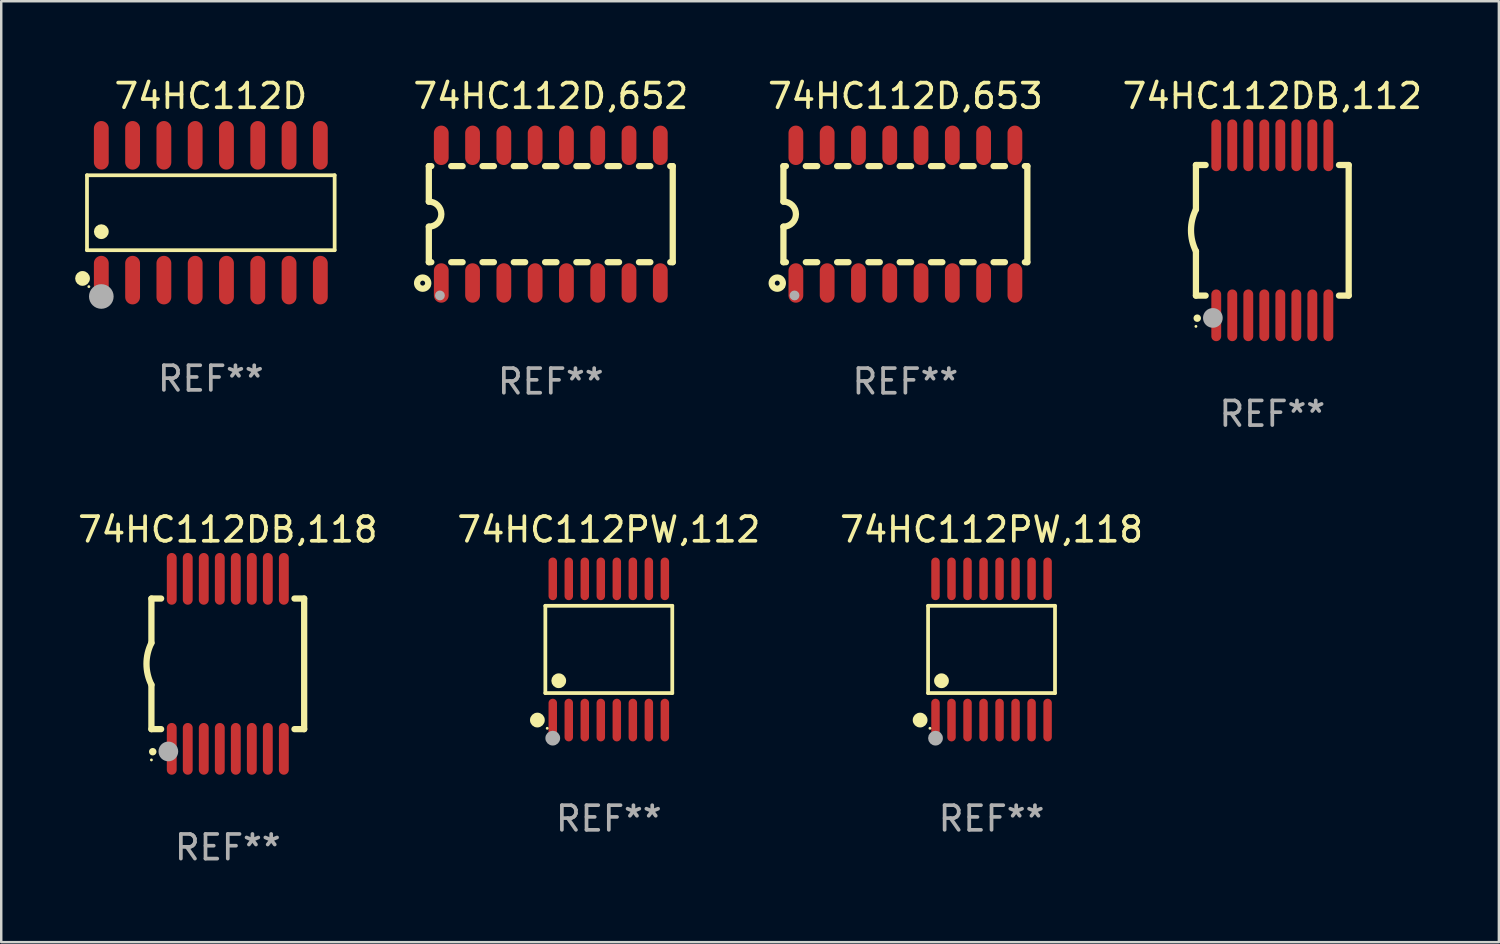
<source format=kicad_pcb>
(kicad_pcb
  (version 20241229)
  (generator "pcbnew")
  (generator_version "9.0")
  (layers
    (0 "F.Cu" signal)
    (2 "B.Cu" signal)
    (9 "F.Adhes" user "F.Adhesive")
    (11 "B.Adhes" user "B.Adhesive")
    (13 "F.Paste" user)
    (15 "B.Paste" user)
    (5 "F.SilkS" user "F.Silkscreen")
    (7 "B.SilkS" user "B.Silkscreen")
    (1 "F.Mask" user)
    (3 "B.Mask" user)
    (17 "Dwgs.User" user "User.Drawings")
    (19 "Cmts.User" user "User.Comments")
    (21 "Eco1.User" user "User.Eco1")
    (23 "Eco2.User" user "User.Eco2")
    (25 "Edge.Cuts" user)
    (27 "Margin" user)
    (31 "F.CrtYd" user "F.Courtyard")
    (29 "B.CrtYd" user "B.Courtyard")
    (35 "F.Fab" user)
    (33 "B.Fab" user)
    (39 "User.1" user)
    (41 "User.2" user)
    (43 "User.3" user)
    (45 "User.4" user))
  (footprint "74HC112PW,118"
    (layer "F.Cu")
    (at 37.196 23.311)
    (property "Reference" "74HC112PW,118" (at 0 -4.866 0) (layer "F.SilkS") (effects (font (size 1 1) (thickness 0.15))))
    (attr through_hole)
    (fp_line (start -2.576 -1.772) (end 2.576 -1.772) (stroke (width 0.152) (type solid)) (layer "F.SilkS"))
    (fp_line (start -2.576 1.771) (end -2.576 -1.772) (stroke (width 0.152) (type solid)) (layer "F.SilkS"))
    (fp_line (start 2.576 -1.772) (end 2.576 1.771) (stroke (width 0.152) (type solid)) (layer "F.SilkS"))
    (fp_line (start 2.576 1.771) (end -2.576 1.771) (stroke (width 0.152) (type solid)) (layer "F.SilkS"))
    (fp_circle (center -2.899 2.866) (end -2.749 2.866) (stroke (width 0.3) (type solid)) (fill no) (layer "F.SilkS"))
    (fp_circle (center -2.5 3.2) (end -2.47 3.2) (stroke (width 0.06) (type solid)) (fill no) (layer "F.SilkS"))
    (fp_circle (center -2.032 1.27) (end -1.882 1.27) (stroke (width 0.3) (type solid)) (fill no) (layer "F.SilkS"))
    (fp_circle (center -2.275 3.6) (end -2.125 3.6) (stroke (width 0.3) (type solid)) (fill no) (layer "F.Fab"))
    (fp_text user "REF**" (at 0 6.866 0) (layer "F.Fab") (effects (font (size 1 1) (thickness 0.15))))
    (pad "1" smd oval (at -2.275 2.866) (size 0.343 1.731) (layers "F.Cu" "F.Mask" "F.Paste"))
    (pad "2" smd oval (at -1.625 2.866) (size 0.343 1.731) (layers "F.Cu" "F.Mask" "F.Paste"))
    (pad "3" smd oval (at -0.975 2.866) (size 0.343 1.731) (layers "F.Cu" "F.Mask" "F.Paste"))
    (pad "4" smd oval (at -0.325 2.866) (size 0.343 1.731) (layers "F.Cu" "F.Mask" "F.Paste"))
    (pad "5" smd oval (at 0.325 2.866) (size 0.343 1.731) (layers "F.Cu" "F.Mask" "F.Paste"))
    (pad "6" smd oval (at 0.975 2.866) (size 0.343 1.731) (layers "F.Cu" "F.Mask" "F.Paste"))
    (pad "7" smd oval (at 1.625 2.866) (size 0.343 1.731) (layers "F.Cu" "F.Mask" "F.Paste"))
    (pad "8" smd oval (at 2.275 2.866) (size 0.343 1.731) (layers "F.Cu" "F.Mask" "F.Paste"))
    (pad "9" smd oval (at 2.275 -2.866) (size 0.343 1.731) (layers "F.Cu" "F.Mask" "F.Paste"))
    (pad "10" smd oval (at 1.625 -2.866) (size 0.343 1.731) (layers "F.Cu" "F.Mask" "F.Paste"))
    (pad "11" smd oval (at 0.975 -2.866) (size 0.343 1.731) (layers "F.Cu" "F.Mask" "F.Paste"))
    (pad "12" smd oval (at 0.325 -2.866) (size 0.343 1.731) (layers "F.Cu" "F.Mask" "F.Paste"))
    (pad "13" smd oval (at -0.325 -2.866) (size 0.343 1.731) (layers "F.Cu" "F.Mask" "F.Paste"))
    (pad "14" smd oval (at -0.975 -2.866) (size 0.343 1.731) (layers "F.Cu" "F.Mask" "F.Paste"))
    (pad "15" smd oval (at -1.625 -2.866) (size 0.343 1.731) (layers "F.Cu" "F.Mask" "F.Paste"))
    (pad "16" smd oval (at -2.275 -2.866) (size 0.343 1.731) (layers "F.Cu" "F.Mask" "F.Paste")))
  (footprint "74HC112DB,118"
    (layer "F.Cu")
    (at 6.196 23.895)
    (property "Reference" "74HC112DB,118" (at 0 -5.45 0) (layer "F.SilkS") (effects (font (size 1 1) (thickness 0.15))))
    (attr through_hole)
    (fp_line (start -3.1 -2.65) (end -3.1 -0.85) (stroke (width 0.254) (type solid)) (layer "F.SilkS"))
    (fp_line (start -3.1 -2.65) (end -2.706 -2.65) (stroke (width 0.254) (type solid)) (layer "F.SilkS"))
    (fp_line (start -3.1 2.65) (end -3.1 0.85) (stroke (width 0.254) (type solid)) (layer "F.SilkS"))
    (fp_line (start -3.1 2.65) (end -2.706 2.65) (stroke (width 0.254) (type solid)) (layer "F.SilkS"))
    (fp_line (start 2.706 -2.65) (end 3.1 -2.65) (stroke (width 0.254) (type solid)) (layer "F.SilkS"))
    (fp_line (start 2.706 2.65) (end 3.1 2.65) (stroke (width 0.254) (type solid)) (layer "F.SilkS"))
    (fp_line (start 3.1 -2.65) (end 3.1 2.65) (stroke (width 0.254) (type solid)) (layer "F.SilkS"))
    (fp_arc (start -3.098907 0.850902) (mid -3.300057 0.000523) (end -3.1 -0.850114) (stroke (width 0.254001) (type solid)) (layer "F.SilkS"))
    (fp_arc (start -3.048006 3.566066) (mid -3.046736 3.566061) (end -3.045466 3.566066) (stroke (width 0.3) (type solid)) (layer "F.SilkS"))
    (fp_circle (center -3.1 3.9) (end -3.07 3.9) (stroke (width 0.06) (type solid)) (fill no) (layer "F.SilkS"))
    (fp_circle (center -2.413 3.556) (end -2.213 3.556) (stroke (width 0.4) (type solid)) (fill no) (layer "F.Fab"))
    (fp_text user "REF**" (at 0 7.45 0) (layer "F.Fab") (effects (font (size 1 1) (thickness 0.15))))
    (pad "1" smd oval (at -2.275 3.45 180) (size 0.4 2.1) (layers "F.Cu" "F.Mask" "F.Paste"))
    (pad "2" smd oval (at -1.625 3.45 180) (size 0.4 2.1) (layers "F.Cu" "F.Mask" "F.Paste"))
    (pad "3" smd oval (at -0.975 3.45 180) (size 0.4 2.1) (layers "F.Cu" "F.Mask" "F.Paste"))
    (pad "4" smd oval (at -0.325 3.45 180) (size 0.4 2.1) (layers "F.Cu" "F.Mask" "F.Paste"))
    (pad "5" smd oval (at 0.325 3.45 180) (size 0.4 2.1) (layers "F.Cu" "F.Mask" "F.Paste"))
    (pad "6" smd oval (at 0.975 3.45 180) (size 0.4 2.1) (layers "F.Cu" "F.Mask" "F.Paste"))
    (pad "7" smd oval (at 1.625 3.45 180) (size 0.4 2.1) (layers "F.Cu" "F.Mask" "F.Paste"))
    (pad "8" smd oval (at 2.275 3.45 180) (size 0.4 2.1) (layers "F.Cu" "F.Mask" "F.Paste"))
    (pad "9" smd oval (at 2.275 -3.45 180) (size 0.4 2.1) (layers "F.Cu" "F.Mask" "F.Paste"))
    (pad "10" smd oval (at 1.625 -3.45 180) (size 0.4 2.1) (layers "F.Cu" "F.Mask" "F.Paste"))
    (pad "11" smd oval (at 0.975 -3.45 180) (size 0.4 2.1) (layers "F.Cu" "F.Mask" "F.Paste"))
    (pad "12" smd oval (at 0.325 -3.45 180) (size 0.4 2.1) (layers "F.Cu" "F.Mask" "F.Paste"))
    (pad "13" smd oval (at -0.325 -3.45 180) (size 0.4 2.1) (layers "F.Cu" "F.Mask" "F.Paste"))
    (pad "14" smd oval (at -0.975 -3.45 180) (size 0.4 2.1) (layers "F.Cu" "F.Mask" "F.Paste"))
    (pad "15" smd oval (at -1.625 -3.45 180) (size 0.4 2.1) (layers "F.Cu" "F.Mask" "F.Paste"))
    (pad "16" smd oval (at -2.275 -3.45 180) (size 0.4 2.1) (layers "F.Cu" "F.Mask" "F.Paste")))
  (footprint "74HC112DB,112"
    (layer "F.Cu")
    (at 48.592 6.298)
    (property "Reference" "74HC112DB,112" (at 0 -5.45 0) (layer "F.SilkS") (effects (font (size 1 1) (thickness 0.15))))
    (attr through_hole)
    (fp_line (start -3.1 -2.65) (end -3.1 -0.85) (stroke (width 0.254) (type solid)) (layer "F.SilkS"))
    (fp_line (start -3.1 -2.65) (end -2.706 -2.65) (stroke (width 0.254) (type solid)) (layer "F.SilkS"))
    (fp_line (start -3.1 2.65) (end -3.1 0.85) (stroke (width 0.254) (type solid)) (layer "F.SilkS"))
    (fp_line (start -3.1 2.65) (end -2.706 2.65) (stroke (width 0.254) (type solid)) (layer "F.SilkS"))
    (fp_line (start 2.706 -2.65) (end 3.1 -2.65) (stroke (width 0.254) (type solid)) (layer "F.SilkS"))
    (fp_line (start 2.706 2.65) (end 3.1 2.65) (stroke (width 0.254) (type solid)) (layer "F.SilkS"))
    (fp_line (start 3.1 -2.65) (end 3.1 2.65) (stroke (width 0.254) (type solid)) (layer "F.SilkS"))
    (fp_arc (start -3.098907 0.850902) (mid -3.300057 0.000523) (end -3.1 -0.850114) (stroke (width 0.254001) (type solid)) (layer "F.SilkS"))
    (fp_arc (start -3.048006 3.566066) (mid -3.046736 3.566061) (end -3.045466 3.566066) (stroke (width 0.3) (type solid)) (layer "F.SilkS"))
    (fp_circle (center -3.1 3.9) (end -3.07 3.9) (stroke (width 0.06) (type solid)) (fill no) (layer "F.SilkS"))
    (fp_circle (center -2.413 3.556) (end -2.213 3.556) (stroke (width 0.4) (type solid)) (fill no) (layer "F.Fab"))
    (fp_text user "REF**" (at 0 7.45 0) (layer "F.Fab") (effects (font (size 1 1) (thickness 0.15))))
    (pad "1" smd oval (at -2.275 3.45 180) (size 0.4 2.1) (layers "F.Cu" "F.Mask" "F.Paste"))
    (pad "2" smd oval (at -1.625 3.45 180) (size 0.4 2.1) (layers "F.Cu" "F.Mask" "F.Paste"))
    (pad "3" smd oval (at -0.975 3.45 180) (size 0.4 2.1) (layers "F.Cu" "F.Mask" "F.Paste"))
    (pad "4" smd oval (at -0.325 3.45 180) (size 0.4 2.1) (layers "F.Cu" "F.Mask" "F.Paste"))
    (pad "5" smd oval (at 0.325 3.45 180) (size 0.4 2.1) (layers "F.Cu" "F.Mask" "F.Paste"))
    (pad "6" smd oval (at 0.975 3.45 180) (size 0.4 2.1) (layers "F.Cu" "F.Mask" "F.Paste"))
    (pad "7" smd oval (at 1.625 3.45 180) (size 0.4 2.1) (layers "F.Cu" "F.Mask" "F.Paste"))
    (pad "8" smd oval (at 2.275 3.45 180) (size 0.4 2.1) (layers "F.Cu" "F.Mask" "F.Paste"))
    (pad "9" smd oval (at 2.275 -3.45 180) (size 0.4 2.1) (layers "F.Cu" "F.Mask" "F.Paste"))
    (pad "10" smd oval (at 1.625 -3.45 180) (size 0.4 2.1) (layers "F.Cu" "F.Mask" "F.Paste"))
    (pad "11" smd oval (at 0.975 -3.45 180) (size 0.4 2.1) (layers "F.Cu" "F.Mask" "F.Paste"))
    (pad "12" smd oval (at 0.325 -3.45 180) (size 0.4 2.1) (layers "F.Cu" "F.Mask" "F.Paste"))
    (pad "13" smd oval (at -0.325 -3.45 180) (size 0.4 2.1) (layers "F.Cu" "F.Mask" "F.Paste"))
    (pad "14" smd oval (at -0.975 -3.45 180) (size 0.4 2.1) (layers "F.Cu" "F.Mask" "F.Paste"))
    (pad "15" smd oval (at -1.625 -3.45 180) (size 0.4 2.1) (layers "F.Cu" "F.Mask" "F.Paste"))
    (pad "16" smd oval (at -2.275 -3.45 180) (size 0.4 2.1) (layers "F.Cu" "F.Mask" "F.Paste")))
  (footprint "74HC112D,653"
    (layer "F.Cu")
    (at 33.699 5.642)
    (property "Reference" "74HC112D,653" (at 0 -4.794 0) (layer "F.SilkS") (effects (font (size 1 1) (thickness 0.15))))
    (attr through_hole)
    (fp_line (start -4.95 -1.95) (end -4.95 -0.508) (stroke (width 0.254) (type solid)) (layer "F.SilkS"))
    (fp_line (start -4.95 -1.95) (end -4.849 -1.95) (stroke (width 0.254) (type solid)) (layer "F.SilkS"))
    (fp_line (start -4.95 1.95) (end -4.95 0.508) (stroke (width 0.254) (type solid)) (layer "F.SilkS"))
    (fp_line (start -4.95 1.95) (end -4.849 1.95) (stroke (width 0.254) (type solid)) (layer "F.SilkS"))
    (fp_line (start -4.041 -1.95) (end -3.579 -1.95) (stroke (width 0.254) (type solid)) (layer "F.SilkS"))
    (fp_line (start -4.041 1.95) (end -3.579 1.95) (stroke (width 0.254) (type solid)) (layer "F.SilkS"))
    (fp_line (start -2.771 -1.95) (end -2.309 -1.95) (stroke (width 0.254) (type solid)) (layer "F.SilkS"))
    (fp_line (start -2.771 1.95) (end -2.309 1.95) (stroke (width 0.254) (type solid)) (layer "F.SilkS"))
    (fp_line (start -1.501 -1.95) (end -1.039 -1.95) (stroke (width 0.254) (type solid)) (layer "F.SilkS"))
    (fp_line (start -1.501 1.95) (end -1.039 1.95) (stroke (width 0.254) (type solid)) (layer "F.SilkS"))
    (fp_line (start -0.231 -1.95) (end 0.231 -1.95) (stroke (width 0.254) (type solid)) (layer "F.SilkS"))
    (fp_line (start -0.231 1.95) (end 0.231 1.95) (stroke (width 0.254) (type solid)) (layer "F.SilkS"))
    (fp_line (start 1.039 -1.95) (end 1.501 -1.95) (stroke (width 0.254) (type solid)) (layer "F.SilkS"))
    (fp_line (start 1.039 1.95) (end 1.501 1.95) (stroke (width 0.254) (type solid)) (layer "F.SilkS"))
    (fp_line (start 2.309 -1.95) (end 2.771 -1.95) (stroke (width 0.254) (type solid)) (layer "F.SilkS"))
    (fp_line (start 2.309 1.95) (end 2.771 1.95) (stroke (width 0.254) (type solid)) (layer "F.SilkS"))
    (fp_line (start 3.579 -1.95) (end 4.041 -1.95) (stroke (width 0.254) (type solid)) (layer "F.SilkS"))
    (fp_line (start 3.579 1.95) (end 4.041 1.95) (stroke (width 0.254) (type solid)) (layer "F.SilkS"))
    (fp_line (start 4.849 -1.95) (end 4.95 -1.95) (stroke (width 0.254) (type solid)) (layer "F.SilkS"))
    (fp_line (start 4.849 1.95) (end 4.95 1.95) (stroke (width 0.254) (type solid)) (layer "F.SilkS"))
    (fp_line (start 4.95 -1.95) (end 4.95 1.95) (stroke (width 0.254) (type solid)) (layer "F.SilkS"))
    (fp_arc (start -4.95047 -0.508001) (mid -4.442469 -0.000228) (end -4.950013 0.508001) (stroke (width 0.254001) (type solid)) (layer "F.SilkS"))
    (fp_circle (center -5.2 2.8) (end -5.1 2.8) (stroke (width 0.254) (type solid)) (fill no) (layer "F.SilkS"))
    (fp_circle (center -4.95 2.947) (end -4.92 2.947) (stroke (width 0.06) (type solid)) (fill no) (layer "F.SilkS"))
    (fp_circle (center -4.5 3.3) (end -4.4 3.3) (stroke (width 0.2) (type solid)) (fill no) (layer "F.Fab"))
    (fp_text user "REF**" (at 0 6.794 0) (layer "F.Fab") (effects (font (size 1 1) (thickness 0.15))))
    (pad "1" smd oval (at -4.445 2.794) (size 0.6 1.6) (layers "F.Cu" "F.Mask" "F.Paste"))
    (pad "2" smd oval (at -3.175 2.794) (size 0.6 1.6) (layers "F.Cu" "F.Mask" "F.Paste"))
    (pad "3" smd oval (at -1.905 2.794) (size 0.6 1.6) (layers "F.Cu" "F.Mask" "F.Paste"))
    (pad "4" smd oval (at -0.635 2.794) (size 0.6 1.6) (layers "F.Cu" "F.Mask" "F.Paste"))
    (pad "5" smd oval (at 0.635 2.794) (size 0.6 1.6) (layers "F.Cu" "F.Mask" "F.Paste"))
    (pad "6" smd oval (at 1.905 2.794) (size 0.6 1.6) (layers "F.Cu" "F.Mask" "F.Paste"))
    (pad "7" smd oval (at 3.175 2.794) (size 0.6 1.6) (layers "F.Cu" "F.Mask" "F.Paste"))
    (pad "8" smd oval (at 4.445 2.794) (size 0.6 1.6) (layers "F.Cu" "F.Mask" "F.Paste"))
    (pad "9" smd oval (at 4.445 -2.794) (size 0.6 1.6) (layers "F.Cu" "F.Mask" "F.Paste"))
    (pad "10" smd oval (at 3.175 -2.794) (size 0.6 1.6) (layers "F.Cu" "F.Mask" "F.Paste"))
    (pad "11" smd oval (at 1.905 -2.794) (size 0.6 1.6) (layers "F.Cu" "F.Mask" "F.Paste"))
    (pad "12" smd oval (at 0.635 -2.794) (size 0.6 1.6) (layers "F.Cu" "F.Mask" "F.Paste"))
    (pad "13" smd oval (at -0.635 -2.794) (size 0.6 1.6) (layers "F.Cu" "F.Mask" "F.Paste"))
    (pad "14" smd oval (at -1.905 -2.794) (size 0.6 1.6) (layers "F.Cu" "F.Mask" "F.Paste"))
    (pad "15" smd oval (at -3.175 -2.794) (size 0.6 1.6) (layers "F.Cu" "F.Mask" "F.Paste"))
    (pad "16" smd oval (at -4.445 -2.794) (size 0.6 1.6) (layers "F.Cu" "F.Mask" "F.Paste")))
  (footprint "74HC112D,652"
    (layer "F.Cu")
    (at 19.306 5.642)
    (property "Reference" "74HC112D,652" (at 0 -4.794 0) (layer "F.SilkS") (effects (font (size 1 1) (thickness 0.15))))
    (attr through_hole)
    (fp_line (start -4.95 -1.95) (end -4.95 -0.508) (stroke (width 0.254) (type solid)) (layer "F.SilkS"))
    (fp_line (start -4.95 -1.95) (end -4.849 -1.95) (stroke (width 0.254) (type solid)) (layer "F.SilkS"))
    (fp_line (start -4.95 1.95) (end -4.95 0.508) (stroke (width 0.254) (type solid)) (layer "F.SilkS"))
    (fp_line (start -4.95 1.95) (end -4.849 1.95) (stroke (width 0.254) (type solid)) (layer "F.SilkS"))
    (fp_line (start -4.041 -1.95) (end -3.579 -1.95) (stroke (width 0.254) (type solid)) (layer "F.SilkS"))
    (fp_line (start -4.041 1.95) (end -3.579 1.95) (stroke (width 0.254) (type solid)) (layer "F.SilkS"))
    (fp_line (start -2.771 -1.95) (end -2.309 -1.95) (stroke (width 0.254) (type solid)) (layer "F.SilkS"))
    (fp_line (start -2.771 1.95) (end -2.309 1.95) (stroke (width 0.254) (type solid)) (layer "F.SilkS"))
    (fp_line (start -1.501 -1.95) (end -1.039 -1.95) (stroke (width 0.254) (type solid)) (layer "F.SilkS"))
    (fp_line (start -1.501 1.95) (end -1.039 1.95) (stroke (width 0.254) (type solid)) (layer "F.SilkS"))
    (fp_line (start -0.231 -1.95) (end 0.231 -1.95) (stroke (width 0.254) (type solid)) (layer "F.SilkS"))
    (fp_line (start -0.231 1.95) (end 0.231 1.95) (stroke (width 0.254) (type solid)) (layer "F.SilkS"))
    (fp_line (start 1.039 -1.95) (end 1.501 -1.95) (stroke (width 0.254) (type solid)) (layer "F.SilkS"))
    (fp_line (start 1.039 1.95) (end 1.501 1.95) (stroke (width 0.254) (type solid)) (layer "F.SilkS"))
    (fp_line (start 2.309 -1.95) (end 2.771 -1.95) (stroke (width 0.254) (type solid)) (layer "F.SilkS"))
    (fp_line (start 2.309 1.95) (end 2.771 1.95) (stroke (width 0.254) (type solid)) (layer "F.SilkS"))
    (fp_line (start 3.579 -1.95) (end 4.041 -1.95) (stroke (width 0.254) (type solid)) (layer "F.SilkS"))
    (fp_line (start 3.579 1.95) (end 4.041 1.95) (stroke (width 0.254) (type solid)) (layer "F.SilkS"))
    (fp_line (start 4.849 -1.95) (end 4.95 -1.95) (stroke (width 0.254) (type solid)) (layer "F.SilkS"))
    (fp_line (start 4.849 1.95) (end 4.95 1.95) (stroke (width 0.254) (type solid)) (layer "F.SilkS"))
    (fp_line (start 4.95 -1.95) (end 4.95 1.95) (stroke (width 0.254) (type solid)) (layer "F.SilkS"))
    (fp_arc (start -4.95047 -0.508001) (mid -4.442469 -0.000228) (end -4.950013 0.508001) (stroke (width 0.254001) (type solid)) (layer "F.SilkS"))
    (fp_circle (center -5.2 2.8) (end -5.1 2.8) (stroke (width 0.254) (type solid)) (fill no) (layer "F.SilkS"))
    (fp_circle (center -4.95 2.947) (end -4.92 2.947) (stroke (width 0.06) (type solid)) (fill no) (layer "F.SilkS"))
    (fp_circle (center -4.5 3.3) (end -4.4 3.3) (stroke (width 0.2) (type solid)) (fill no) (layer "F.Fab"))
    (fp_text user "REF**" (at 0 6.794 0) (layer "F.Fab") (effects (font (size 1 1) (thickness 0.15))))
    (pad "1" smd oval (at -4.445 2.794) (size 0.6 1.6) (layers "F.Cu" "F.Mask" "F.Paste"))
    (pad "2" smd oval (at -3.175 2.794) (size 0.6 1.6) (layers "F.Cu" "F.Mask" "F.Paste"))
    (pad "3" smd oval (at -1.905 2.794) (size 0.6 1.6) (layers "F.Cu" "F.Mask" "F.Paste"))
    (pad "4" smd oval (at -0.635 2.794) (size 0.6 1.6) (layers "F.Cu" "F.Mask" "F.Paste"))
    (pad "5" smd oval (at 0.635 2.794) (size 0.6 1.6) (layers "F.Cu" "F.Mask" "F.Paste"))
    (pad "6" smd oval (at 1.905 2.794) (size 0.6 1.6) (layers "F.Cu" "F.Mask" "F.Paste"))
    (pad "7" smd oval (at 3.175 2.794) (size 0.6 1.6) (layers "F.Cu" "F.Mask" "F.Paste"))
    (pad "8" smd oval (at 4.445 2.794) (size 0.6 1.6) (layers "F.Cu" "F.Mask" "F.Paste"))
    (pad "9" smd oval (at 4.445 -2.794) (size 0.6 1.6) (layers "F.Cu" "F.Mask" "F.Paste"))
    (pad "10" smd oval (at 3.175 -2.794) (size 0.6 1.6) (layers "F.Cu" "F.Mask" "F.Paste"))
    (pad "11" smd oval (at 1.905 -2.794) (size 0.6 1.6) (layers "F.Cu" "F.Mask" "F.Paste"))
    (pad "12" smd oval (at 0.635 -2.794) (size 0.6 1.6) (layers "F.Cu" "F.Mask" "F.Paste"))
    (pad "13" smd oval (at -0.635 -2.794) (size 0.6 1.6) (layers "F.Cu" "F.Mask" "F.Paste"))
    (pad "14" smd oval (at -1.905 -2.794) (size 0.6 1.6) (layers "F.Cu" "F.Mask" "F.Paste"))
    (pad "15" smd oval (at -3.175 -2.794) (size 0.6 1.6) (layers "F.Cu" "F.Mask" "F.Paste"))
    (pad "16" smd oval (at -4.445 -2.794) (size 0.6 1.6) (layers "F.Cu" "F.Mask" "F.Paste")))
  (footprint "74HC112PW,112"
    (layer "F.Cu")
    (at 21.661 23.311)
    (property "Reference" "74HC112PW,112" (at 0 -4.866 0) (layer "F.SilkS") (effects (font (size 1 1) (thickness 0.15))))
    (attr through_hole)
    (fp_line (start -2.576 -1.772) (end 2.576 -1.772) (stroke (width 0.152) (type solid)) (layer "F.SilkS"))
    (fp_line (start -2.576 1.771) (end -2.576 -1.772) (stroke (width 0.152) (type solid)) (layer "F.SilkS"))
    (fp_line (start 2.576 -1.772) (end 2.576 1.771) (stroke (width 0.152) (type solid)) (layer "F.SilkS"))
    (fp_line (start 2.576 1.771) (end -2.576 1.771) (stroke (width 0.152) (type solid)) (layer "F.SilkS"))
    (fp_circle (center -2.899 2.866) (end -2.749 2.866) (stroke (width 0.3) (type solid)) (fill no) (layer "F.SilkS"))
    (fp_circle (center -2.5 3.2) (end -2.47 3.2) (stroke (width 0.06) (type solid)) (fill no) (layer "F.SilkS"))
    (fp_circle (center -2.032 1.27) (end -1.882 1.27) (stroke (width 0.3) (type solid)) (fill no) (layer "F.SilkS"))
    (fp_circle (center -2.275 3.6) (end -2.125 3.6) (stroke (width 0.3) (type solid)) (fill no) (layer "F.Fab"))
    (fp_text user "REF**" (at 0 6.866 0) (layer "F.Fab") (effects (font (size 1 1) (thickness 0.15))))
    (pad "1" smd oval (at -2.275 2.866) (size 0.343 1.731) (layers "F.Cu" "F.Mask" "F.Paste"))
    (pad "2" smd oval (at -1.625 2.866) (size 0.343 1.731) (layers "F.Cu" "F.Mask" "F.Paste"))
    (pad "3" smd oval (at -0.975 2.866) (size 0.343 1.731) (layers "F.Cu" "F.Mask" "F.Paste"))
    (pad "4" smd oval (at -0.325 2.866) (size 0.343 1.731) (layers "F.Cu" "F.Mask" "F.Paste"))
    (pad "5" smd oval (at 0.325 2.866) (size 0.343 1.731) (layers "F.Cu" "F.Mask" "F.Paste"))
    (pad "6" smd oval (at 0.975 2.866) (size 0.343 1.731) (layers "F.Cu" "F.Mask" "F.Paste"))
    (pad "7" smd oval (at 1.625 2.866) (size 0.343 1.731) (layers "F.Cu" "F.Mask" "F.Paste"))
    (pad "8" smd oval (at 2.275 2.866) (size 0.343 1.731) (layers "F.Cu" "F.Mask" "F.Paste"))
    (pad "9" smd oval (at 2.275 -2.866) (size 0.343 1.731) (layers "F.Cu" "F.Mask" "F.Paste"))
    (pad "10" smd oval (at 1.625 -2.866) (size 0.343 1.731) (layers "F.Cu" "F.Mask" "F.Paste"))
    (pad "11" smd oval (at 0.975 -2.866) (size 0.343 1.731) (layers "F.Cu" "F.Mask" "F.Paste"))
    (pad "12" smd oval (at 0.325 -2.866) (size 0.343 1.731) (layers "F.Cu" "F.Mask" "F.Paste"))
    (pad "13" smd oval (at -0.325 -2.866) (size 0.343 1.731) (layers "F.Cu" "F.Mask" "F.Paste"))
    (pad "14" smd oval (at -0.975 -2.866) (size 0.343 1.731) (layers "F.Cu" "F.Mask" "F.Paste"))
    (pad "15" smd oval (at -1.625 -2.866) (size 0.343 1.731) (layers "F.Cu" "F.Mask" "F.Paste"))
    (pad "16" smd oval (at -2.275 -2.866) (size 0.343 1.731) (layers "F.Cu" "F.Mask" "F.Paste")))
  (footprint "74HC112D"
    (layer "F.Cu")
    (at 5.507 5.584)
    (property "Reference" "74HC112D" (at 0 -4.736 0) (layer "F.SilkS") (effects (font (size 1 1) (thickness 0.15))))
    (attr through_hole)
    (fp_line (start -5.026 -1.521) (end 5.026 -1.521) (stroke (width 0.152) (type solid)) (layer "F.SilkS"))
    (fp_line (start -5.026 1.521) (end -5.026 -1.521) (stroke (width 0.152) (type solid)) (layer "F.SilkS"))
    (fp_line (start 5.026 -1.521) (end 5.026 1.521) (stroke (width 0.152) (type solid)) (layer "F.SilkS"))
    (fp_line (start 5.026 1.521) (end -5.026 1.521) (stroke (width 0.152) (type solid)) (layer "F.SilkS"))
    (fp_circle (center -5.207 2.667) (end -5.057 2.667) (stroke (width 0.3) (type solid)) (fill no) (layer "F.SilkS"))
    (fp_circle (center -4.95 3) (end -4.92 3) (stroke (width 0.06) (type solid)) (fill no) (layer "F.SilkS"))
    (fp_circle (center -4.445 0.769) (end -4.295 0.769) (stroke (width 0.3) (type solid)) (fill no) (layer "F.SilkS"))
    (fp_circle (center -4.445 3.4) (end -4.195 3.4) (stroke (width 0.5) (type solid)) (fill no) (layer "F.Fab"))
    (fp_text user "REF**" (at 0 6.736 0) (layer "F.Fab") (effects (font (size 1 1) (thickness 0.15))))
    (pad "1" smd oval (at -4.445 2.736) (size 0.602 1.971) (layers "F.Cu" "F.Mask" "F.Paste"))
    (pad "2" smd oval (at -3.175 2.736) (size 0.602 1.971) (layers "F.Cu" "F.Mask" "F.Paste"))
    (pad "3" smd oval (at -1.905 2.736) (size 0.602 1.971) (layers "F.Cu" "F.Mask" "F.Paste"))
    (pad "4" smd oval (at -0.635 2.736) (size 0.602 1.971) (layers "F.Cu" "F.Mask" "F.Paste"))
    (pad "5" smd oval (at 0.635 2.736) (size 0.602 1.971) (layers "F.Cu" "F.Mask" "F.Paste"))
    (pad "6" smd oval (at 1.905 2.736) (size 0.602 1.971) (layers "F.Cu" "F.Mask" "F.Paste"))
    (pad "7" smd oval (at 3.175 2.736) (size 0.602 1.971) (layers "F.Cu" "F.Mask" "F.Paste"))
    (pad "8" smd oval (at 4.445 2.736) (size 0.602 1.971) (layers "F.Cu" "F.Mask" "F.Paste"))
    (pad "9" smd oval (at 4.445 -2.736) (size 0.602 1.971) (layers "F.Cu" "F.Mask" "F.Paste"))
    (pad "10" smd oval (at 3.175 -2.736) (size 0.602 1.971) (layers "F.Cu" "F.Mask" "F.Paste"))
    (pad "11" smd oval (at 1.905 -2.736) (size 0.602 1.971) (layers "F.Cu" "F.Mask" "F.Paste"))
    (pad "12" smd oval (at 0.635 -2.736) (size 0.602 1.971) (layers "F.Cu" "F.Mask" "F.Paste"))
    (pad "13" smd oval (at -0.635 -2.736) (size 0.602 1.971) (layers "F.Cu" "F.Mask" "F.Paste"))
    (pad "14" smd oval (at -1.905 -2.736) (size 0.602 1.971) (layers "F.Cu" "F.Mask" "F.Paste"))
    (pad "15" smd oval (at -3.175 -2.736) (size 0.602 1.971) (layers "F.Cu" "F.Mask" "F.Paste"))
    (pad "16" smd oval (at -4.445 -2.736) (size 0.602 1.971) (layers "F.Cu" "F.Mask" "F.Paste")))
  (gr_rect
    (start -3 -3)
    (end 57.788 35.193)
    (stroke (width 0.1) (type default))
    (fill no)
    (layer "Edge.Cuts")))
</source>
